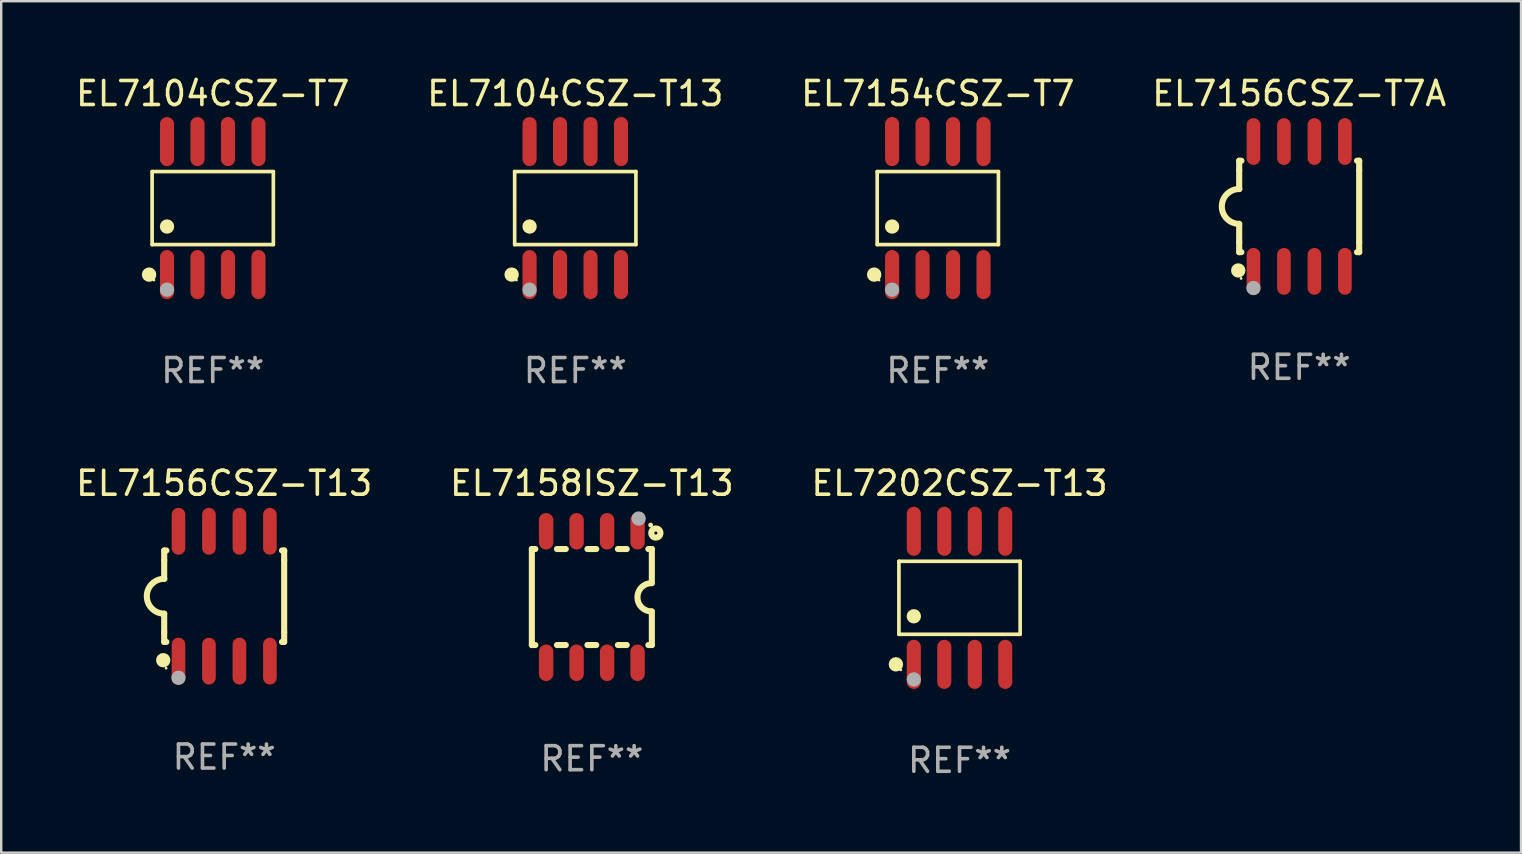
<source format=kicad_pcb>
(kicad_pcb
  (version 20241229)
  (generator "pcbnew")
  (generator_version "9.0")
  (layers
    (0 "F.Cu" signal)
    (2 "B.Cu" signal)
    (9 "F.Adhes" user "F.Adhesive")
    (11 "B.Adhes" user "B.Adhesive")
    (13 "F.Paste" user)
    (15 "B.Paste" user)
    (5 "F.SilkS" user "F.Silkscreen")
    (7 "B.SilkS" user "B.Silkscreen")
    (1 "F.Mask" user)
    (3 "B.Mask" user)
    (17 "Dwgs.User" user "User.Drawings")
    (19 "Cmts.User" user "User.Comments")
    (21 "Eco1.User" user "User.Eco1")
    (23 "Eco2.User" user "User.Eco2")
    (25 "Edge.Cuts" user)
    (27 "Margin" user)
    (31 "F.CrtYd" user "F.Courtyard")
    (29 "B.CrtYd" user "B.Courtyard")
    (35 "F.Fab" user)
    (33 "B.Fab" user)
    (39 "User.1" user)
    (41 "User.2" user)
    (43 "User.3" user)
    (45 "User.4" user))
  (footprint "EL7202CSZ-T13"
    (layer "F.Cu")
    (at 36.935 21.862)
    (property "Reference" "EL7202CSZ-T13" (at 0 -4.772 0) (layer "F.SilkS") (effects (font (size 1 1) (thickness 0.15))))
    (attr through_hole)
    (fp_line (start -2.526 -1.521) (end 2.526 -1.521) (stroke (width 0.152) (type solid)) (layer "F.SilkS"))
    (fp_line (start -2.526 1.521) (end -2.526 -1.521) (stroke (width 0.152) (type solid)) (layer "F.SilkS"))
    (fp_line (start 2.526 -1.521) (end 2.526 1.521) (stroke (width 0.152) (type solid)) (layer "F.SilkS"))
    (fp_line (start 2.526 1.521) (end -2.526 1.521) (stroke (width 0.152) (type solid)) (layer "F.SilkS"))
    (fp_circle (center -2.652 2.772) (end -2.501 2.772) (stroke (width 0.3) (type solid)) (fill no) (layer "F.SilkS"))
    (fp_circle (center -2.45 3) (end -2.42 3) (stroke (width 0.06) (type solid)) (fill no) (layer "F.SilkS"))
    (fp_circle (center -1.905 0.769) (end -1.755 0.769) (stroke (width 0.3) (type solid)) (fill no) (layer "F.SilkS"))
    (fp_circle (center -1.905 3.4) (end -1.755 3.4) (stroke (width 0.3) (type solid)) (fill no) (layer "F.Fab"))
    (fp_text user "REF**" (at 0 6.772 0) (layer "F.Fab") (effects (font (size 1 1) (thickness 0.15))))
    (pad "1" smd oval (at -1.905 2.772) (size 0.588 2.045) (layers "F.Cu" "F.Mask" "F.Paste"))
    (pad "2" smd oval (at -0.635 2.772) (size 0.588 2.045) (layers "F.Cu" "F.Mask" "F.Paste"))
    (pad "3" smd oval (at 0.635 2.772) (size 0.588 2.045) (layers "F.Cu" "F.Mask" "F.Paste"))
    (pad "4" smd oval (at 1.905 2.772) (size 0.588 2.045) (layers "F.Cu" "F.Mask" "F.Paste"))
    (pad "5" smd oval (at 1.905 -2.772) (size 0.588 2.045) (layers "F.Cu" "F.Mask" "F.Paste"))
    (pad "6" smd oval (at 0.635 -2.772) (size 0.588 2.045) (layers "F.Cu" "F.Mask" "F.Paste"))
    (pad "7" smd oval (at -0.635 -2.772) (size 0.588 2.045) (layers "F.Cu" "F.Mask" "F.Paste"))
    (pad "8" smd oval (at -1.905 -2.772) (size 0.588 2.045) (layers "F.Cu" "F.Mask" "F.Paste")))
  (footprint "EL7156CSZ-T13"
    (layer "F.Cu")
    (at 6.292 21.795)
    (property "Reference" "EL7156CSZ-T13" (at 0 -4.705 0) (layer "F.SilkS") (effects (font (size 1 1) (thickness 0.15))))
    (attr through_hole)
    (fp_line (start -2.5 -1.905) (end -2.409 -1.905) (stroke (width 0.254) (type solid)) (layer "F.SilkS"))
    (fp_line (start -2.5 -1.5) (end -2.5 -1.905) (stroke (width 0.254) (type solid)) (layer "F.SilkS"))
    (fp_line (start -2.5 -1.5) (end -2.5 -0.726) (stroke (width 0.254) (type solid)) (layer "F.SilkS"))
    (fp_line (start -2.5 1.5) (end -2.5 0.727) (stroke (width 0.254) (type solid)) (layer "F.SilkS"))
    (fp_line (start -2.5 1.5) (end -2.5 1.905) (stroke (width 0.254) (type solid)) (layer "F.SilkS"))
    (fp_line (start -2.5 1.905) (end -2.409 1.905) (stroke (width 0.254) (type solid)) (layer "F.SilkS"))
    (fp_line (start 2.5 -1.905) (end 2.409 -1.905) (stroke (width 0.254) (type solid)) (layer "F.SilkS"))
    (fp_line (start 2.5 -1.5) (end 2.5 -1.905) (stroke (width 0.254) (type solid)) (layer "F.SilkS"))
    (fp_line (start 2.5 -1.5) (end 2.5 1.5) (stroke (width 0.254) (type solid)) (layer "F.SilkS"))
    (fp_line (start 2.5 1.5) (end 2.5 1.905) (stroke (width 0.254) (type solid)) (layer "F.SilkS"))
    (fp_line (start 2.5 1.905) (end 2.409 1.905) (stroke (width 0.254) (type solid)) (layer "F.SilkS"))
    (fp_arc (start -2.5 0.726568) (mid -3.220316 -0.0023) (end -2.495097 -0.726289) (stroke (width 0.254001) (type solid)) (layer "F.SilkS"))
    (fp_circle (center -2.54 2.667) (end -2.39 2.667) (stroke (width 0.3) (type solid)) (fill no) (layer "F.SilkS"))
    (fp_circle (center -2.42 3) (end -2.39 3) (stroke (width 0.06) (type solid)) (fill no) (layer "F.SilkS"))
    (fp_circle (center -1.905 3.4) (end -1.755 3.4) (stroke (width 0.3) (type solid)) (fill no) (layer "F.Fab"))
    (fp_text user "REF**" (at 0 6.705 0) (layer "F.Fab") (effects (font (size 1 1) (thickness 0.15))))
    (pad "1" smd oval (at -1.905 2.705) (size 0.568 1.95) (layers "F.Cu" "F.Mask" "F.Paste"))
    (pad "2" smd oval (at -0.635 2.705) (size 0.568 1.95) (layers "F.Cu" "F.Mask" "F.Paste"))
    (pad "3" smd oval (at 0.635 2.705) (size 0.568 1.95) (layers "F.Cu" "F.Mask" "F.Paste"))
    (pad "4" smd oval (at 1.905 2.705) (size 0.568 1.95) (layers "F.Cu" "F.Mask" "F.Paste"))
    (pad "5" smd oval (at 1.905 -2.705) (size 0.568 1.95) (layers "F.Cu" "F.Mask" "F.Paste"))
    (pad "6" smd oval (at 0.635 -2.705) (size 0.568 1.95) (layers "F.Cu" "F.Mask" "F.Paste"))
    (pad "7" smd oval (at -0.635 -2.705) (size 0.568 1.95) (layers "F.Cu" "F.Mask" "F.Paste"))
    (pad "8" smd oval (at -1.905 -2.705) (size 0.568 1.95) (layers "F.Cu" "F.Mask" "F.Paste")))
  (footprint "EL7104CSZ-T7"
    (layer "F.Cu")
    (at 5.815 5.621)
    (property "Reference" "EL7104CSZ-T7" (at 0 -4.772 0) (layer "F.SilkS") (effects (font (size 1 1) (thickness 0.15))))
    (attr through_hole)
    (fp_line (start -2.526 -1.521) (end 2.526 -1.521) (stroke (width 0.152) (type solid)) (layer "F.SilkS"))
    (fp_line (start -2.526 1.521) (end -2.526 -1.521) (stroke (width 0.152) (type solid)) (layer "F.SilkS"))
    (fp_line (start 2.526 -1.521) (end 2.526 1.521) (stroke (width 0.152) (type solid)) (layer "F.SilkS"))
    (fp_line (start 2.526 1.521) (end -2.526 1.521) (stroke (width 0.152) (type solid)) (layer "F.SilkS"))
    (fp_circle (center -2.652 2.772) (end -2.501 2.772) (stroke (width 0.3) (type solid)) (fill no) (layer "F.SilkS"))
    (fp_circle (center -2.45 3) (end -2.42 3) (stroke (width 0.06) (type solid)) (fill no) (layer "F.SilkS"))
    (fp_circle (center -1.905 0.769) (end -1.755 0.769) (stroke (width 0.3) (type solid)) (fill no) (layer "F.SilkS"))
    (fp_circle (center -1.905 3.4) (end -1.755 3.4) (stroke (width 0.3) (type solid)) (fill no) (layer "F.Fab"))
    (fp_text user "REF**" (at 0 6.772 0) (layer "F.Fab") (effects (font (size 1 1) (thickness 0.15))))
    (pad "1" smd oval (at -1.905 2.772) (size 0.588 2.045) (layers "F.Cu" "F.Mask" "F.Paste"))
    (pad "2" smd oval (at -0.635 2.772) (size 0.588 2.045) (layers "F.Cu" "F.Mask" "F.Paste"))
    (pad "3" smd oval (at 0.635 2.772) (size 0.588 2.045) (layers "F.Cu" "F.Mask" "F.Paste"))
    (pad "4" smd oval (at 1.905 2.772) (size 0.588 2.045) (layers "F.Cu" "F.Mask" "F.Paste"))
    (pad "5" smd oval (at 1.905 -2.772) (size 0.588 2.045) (layers "F.Cu" "F.Mask" "F.Paste"))
    (pad "6" smd oval (at 0.635 -2.772) (size 0.588 2.045) (layers "F.Cu" "F.Mask" "F.Paste"))
    (pad "7" smd oval (at -0.635 -2.772) (size 0.588 2.045) (layers "F.Cu" "F.Mask" "F.Paste"))
    (pad "8" smd oval (at -1.905 -2.772) (size 0.588 2.045) (layers "F.Cu" "F.Mask" "F.Paste")))
  (footprint "EL7156CSZ-T7A"
    (layer "F.Cu")
    (at 51.089 5.553)
    (property "Reference" "EL7156CSZ-T7A" (at 0 -4.705 0) (layer "F.SilkS") (effects (font (size 1 1) (thickness 0.15))))
    (attr through_hole)
    (fp_line (start -2.5 -1.905) (end -2.409 -1.905) (stroke (width 0.254) (type solid)) (layer "F.SilkS"))
    (fp_line (start -2.5 -1.5) (end -2.5 -1.905) (stroke (width 0.254) (type solid)) (layer "F.SilkS"))
    (fp_line (start -2.5 -1.5) (end -2.5 -0.726) (stroke (width 0.254) (type solid)) (layer "F.SilkS"))
    (fp_line (start -2.5 1.5) (end -2.5 0.727) (stroke (width 0.254) (type solid)) (layer "F.SilkS"))
    (fp_line (start -2.5 1.5) (end -2.5 1.905) (stroke (width 0.254) (type solid)) (layer "F.SilkS"))
    (fp_line (start -2.5 1.905) (end -2.409 1.905) (stroke (width 0.254) (type solid)) (layer "F.SilkS"))
    (fp_line (start 2.5 -1.905) (end 2.409 -1.905) (stroke (width 0.254) (type solid)) (layer "F.SilkS"))
    (fp_line (start 2.5 -1.5) (end 2.5 -1.905) (stroke (width 0.254) (type solid)) (layer "F.SilkS"))
    (fp_line (start 2.5 -1.5) (end 2.5 1.5) (stroke (width 0.254) (type solid)) (layer "F.SilkS"))
    (fp_line (start 2.5 1.5) (end 2.5 1.905) (stroke (width 0.254) (type solid)) (layer "F.SilkS"))
    (fp_line (start 2.5 1.905) (end 2.409 1.905) (stroke (width 0.254) (type solid)) (layer "F.SilkS"))
    (fp_arc (start -2.5 0.726568) (mid -3.220316 -0.0023) (end -2.495097 -0.726289) (stroke (width 0.254001) (type solid)) (layer "F.SilkS"))
    (fp_circle (center -2.54 2.667) (end -2.39 2.667) (stroke (width 0.3) (type solid)) (fill no) (layer "F.SilkS"))
    (fp_circle (center -2.42 3) (end -2.39 3) (stroke (width 0.06) (type solid)) (fill no) (layer "F.SilkS"))
    (fp_circle (center -1.905 3.4) (end -1.755 3.4) (stroke (width 0.3) (type solid)) (fill no) (layer "F.Fab"))
    (fp_text user "REF**" (at 0 6.705 0) (layer "F.Fab") (effects (font (size 1 1) (thickness 0.15))))
    (pad "1" smd oval (at -1.905 2.705) (size 0.568 1.95) (layers "F.Cu" "F.Mask" "F.Paste"))
    (pad "2" smd oval (at -0.635 2.705) (size 0.568 1.95) (layers "F.Cu" "F.Mask" "F.Paste"))
    (pad "3" smd oval (at 0.635 2.705) (size 0.568 1.95) (layers "F.Cu" "F.Mask" "F.Paste"))
    (pad "4" smd oval (at 1.905 2.705) (size 0.568 1.95) (layers "F.Cu" "F.Mask" "F.Paste"))
    (pad "5" smd oval (at 1.905 -2.705) (size 0.568 1.95) (layers "F.Cu" "F.Mask" "F.Paste"))
    (pad "6" smd oval (at 0.635 -2.705) (size 0.568 1.95) (layers "F.Cu" "F.Mask" "F.Paste"))
    (pad "7" smd oval (at -0.635 -2.705) (size 0.568 1.95) (layers "F.Cu" "F.Mask" "F.Paste"))
    (pad "8" smd oval (at -1.905 -2.705) (size 0.568 1.95) (layers "F.Cu" "F.Mask" "F.Paste")))
  (footprint "EL7158ISZ-T13"
    (layer "F.Cu")
    (at 21.613 21.829)
    (property "Reference" "EL7158ISZ-T13" (at 0 -4.74 0) (layer "F.SilkS") (effects (font (size 1 1) (thickness 0.15))))
    (attr through_hole)
    (fp_line (start -2.5 2) (end -2.5 -2) (stroke (width 0.254) (type solid)) (layer "F.SilkS"))
    (fp_line (start -2.356 -2) (end -2.5 -2) (stroke (width 0.254) (type solid)) (layer "F.SilkS"))
    (fp_line (start -2.356 2) (end -2.5 2) (stroke (width 0.254) (type solid)) (layer "F.SilkS"))
    (fp_line (start -1.086 -2) (end -1.454 -2) (stroke (width 0.254) (type solid)) (layer "F.SilkS"))
    (fp_line (start -1.086 2) (end -1.454 2) (stroke (width 0.254) (type solid)) (layer "F.SilkS"))
    (fp_line (start 0.184 -2) (end -0.184 -2) (stroke (width 0.254) (type solid)) (layer "F.SilkS"))
    (fp_line (start 0.184 2) (end -0.184 2) (stroke (width 0.254) (type solid)) (layer "F.SilkS"))
    (fp_line (start 1.454 -2) (end 1.086 -2) (stroke (width 0.254) (type solid)) (layer "F.SilkS"))
    (fp_line (start 1.454 2) (end 1.086 2) (stroke (width 0.254) (type solid)) (layer "F.SilkS"))
    (fp_line (start 2.5 -2) (end 2.356 -2) (stroke (width 0.254) (type solid)) (layer "F.SilkS"))
    (fp_line (start 2.5 -0.58) (end 2.5 -2) (stroke (width 0.254) (type solid)) (layer "F.SilkS"))
    (fp_line (start 2.5 2) (end 2.356 2) (stroke (width 0.254) (type solid)) (layer "F.SilkS"))
    (fp_line (start 2.5 2) (end 2.5 0.6) (stroke (width 0.254) (type solid)) (layer "F.SilkS"))
    (fp_arc (start 2.489992 0.600051) (mid 1.901674 0.010046) (end 2.489992 -0.579959) (stroke (width 0.254001) (type solid)) (layer "F.SilkS"))
    (fp_circle (center 2.45 -3) (end 2.5 -3) (stroke (width 0.1) (type solid)) (fill no) (layer "F.SilkS"))
    (fp_circle (center 2.667 -2.667) (end 2.858 -2.667) (stroke (width 0.254) (type solid)) (fill no) (layer "F.SilkS"))
    (fp_circle (center 1.95 -3.27) (end 2.1 -3.27) (stroke (width 0.3) (type solid)) (fill no) (layer "F.Fab"))
    (fp_text user "REF**" (at 0 6.74 0) (layer "F.Fab") (effects (font (size 1 1) (thickness 0.15))))
    (pad "1" smd oval (at 1.905 -2.74) (size 0.6 1.52) (layers "F.Cu" "F.Mask" "F.Paste"))
    (pad "2" smd oval (at 0.635 -2.74) (size 0.6 1.52) (layers "F.Cu" "F.Mask" "F.Paste"))
    (pad "3" smd oval (at -0.635 -2.74) (size 0.6 1.52) (layers "F.Cu" "F.Mask" "F.Paste"))
    (pad "4" smd oval (at -1.905 -2.74) (size 0.6 1.52) (layers "F.Cu" "F.Mask" "F.Paste"))
    (pad "5" smd oval (at -1.905 2.74) (size 0.6 1.52) (layers "F.Cu" "F.Mask" "F.Paste"))
    (pad "6" smd oval (at -0.635 2.74) (size 0.6 1.52) (layers "F.Cu" "F.Mask" "F.Paste"))
    (pad "7" smd oval (at 0.635 2.74) (size 0.6 1.52) (layers "F.Cu" "F.Mask" "F.Paste"))
    (pad "8" smd oval (at 1.905 2.74) (size 0.6 1.52) (layers "F.Cu" "F.Mask" "F.Paste")))
  (footprint "EL7154CSZ-T7"
    (layer "F.Cu")
    (at 36.03 5.621)
    (property "Reference" "EL7154CSZ-T7" (at 0 -4.772 0) (layer "F.SilkS") (effects (font (size 1 1) (thickness 0.15))))
    (attr through_hole)
    (fp_line (start -2.526 -1.521) (end 2.526 -1.521) (stroke (width 0.152) (type solid)) (layer "F.SilkS"))
    (fp_line (start -2.526 1.521) (end -2.526 -1.521) (stroke (width 0.152) (type solid)) (layer "F.SilkS"))
    (fp_line (start 2.526 -1.521) (end 2.526 1.521) (stroke (width 0.152) (type solid)) (layer "F.SilkS"))
    (fp_line (start 2.526 1.521) (end -2.526 1.521) (stroke (width 0.152) (type solid)) (layer "F.SilkS"))
    (fp_circle (center -2.652 2.772) (end -2.501 2.772) (stroke (width 0.3) (type solid)) (fill no) (layer "F.SilkS"))
    (fp_circle (center -2.45 3) (end -2.42 3) (stroke (width 0.06) (type solid)) (fill no) (layer "F.SilkS"))
    (fp_circle (center -1.905 0.769) (end -1.755 0.769) (stroke (width 0.3) (type solid)) (fill no) (layer "F.SilkS"))
    (fp_circle (center -1.905 3.4) (end -1.755 3.4) (stroke (width 0.3) (type solid)) (fill no) (layer "F.Fab"))
    (fp_text user "REF**" (at 0 6.772 0) (layer "F.Fab") (effects (font (size 1 1) (thickness 0.15))))
    (pad "1" smd oval (at -1.905 2.772) (size 0.588 2.045) (layers "F.Cu" "F.Mask" "F.Paste"))
    (pad "2" smd oval (at -0.635 2.772) (size 0.588 2.045) (layers "F.Cu" "F.Mask" "F.Paste"))
    (pad "3" smd oval (at 0.635 2.772) (size 0.588 2.045) (layers "F.Cu" "F.Mask" "F.Paste"))
    (pad "4" smd oval (at 1.905 2.772) (size 0.588 2.045) (layers "F.Cu" "F.Mask" "F.Paste"))
    (pad "5" smd oval (at 1.905 -2.772) (size 0.588 2.045) (layers "F.Cu" "F.Mask" "F.Paste"))
    (pad "6" smd oval (at 0.635 -2.772) (size 0.588 2.045) (layers "F.Cu" "F.Mask" "F.Paste"))
    (pad "7" smd oval (at -0.635 -2.772) (size 0.588 2.045) (layers "F.Cu" "F.Mask" "F.Paste"))
    (pad "8" smd oval (at -1.905 -2.772) (size 0.588 2.045) (layers "F.Cu" "F.Mask" "F.Paste")))
  (footprint "EL7104CSZ-T13"
    (layer "F.Cu")
    (at 20.923 5.621)
    (property "Reference" "EL7104CSZ-T13" (at 0 -4.772 0) (layer "F.SilkS") (effects (font (size 1 1) (thickness 0.15))))
    (attr through_hole)
    (fp_line (start -2.526 -1.521) (end 2.526 -1.521) (stroke (width 0.152) (type solid)) (layer "F.SilkS"))
    (fp_line (start -2.526 1.521) (end -2.526 -1.521) (stroke (width 0.152) (type solid)) (layer "F.SilkS"))
    (fp_line (start 2.526 -1.521) (end 2.526 1.521) (stroke (width 0.152) (type solid)) (layer "F.SilkS"))
    (fp_line (start 2.526 1.521) (end -2.526 1.521) (stroke (width 0.152) (type solid)) (layer "F.SilkS"))
    (fp_circle (center -2.652 2.772) (end -2.501 2.772) (stroke (width 0.3) (type solid)) (fill no) (layer "F.SilkS"))
    (fp_circle (center -2.45 3) (end -2.42 3) (stroke (width 0.06) (type solid)) (fill no) (layer "F.SilkS"))
    (fp_circle (center -1.905 0.769) (end -1.755 0.769) (stroke (width 0.3) (type solid)) (fill no) (layer "F.SilkS"))
    (fp_circle (center -1.905 3.4) (end -1.755 3.4) (stroke (width 0.3) (type solid)) (fill no) (layer "F.Fab"))
    (fp_text user "REF**" (at 0 6.772 0) (layer "F.Fab") (effects (font (size 1 1) (thickness 0.15))))
    (pad "1" smd oval (at -1.905 2.772) (size 0.588 2.045) (layers "F.Cu" "F.Mask" "F.Paste"))
    (pad "2" smd oval (at -0.635 2.772) (size 0.588 2.045) (layers "F.Cu" "F.Mask" "F.Paste"))
    (pad "3" smd oval (at 0.635 2.772) (size 0.588 2.045) (layers "F.Cu" "F.Mask" "F.Paste"))
    (pad "4" smd oval (at 1.905 2.772) (size 0.588 2.045) (layers "F.Cu" "F.Mask" "F.Paste"))
    (pad "5" smd oval (at 1.905 -2.772) (size 0.588 2.045) (layers "F.Cu" "F.Mask" "F.Paste"))
    (pad "6" smd oval (at 0.635 -2.772) (size 0.588 2.045) (layers "F.Cu" "F.Mask" "F.Paste"))
    (pad "7" smd oval (at -0.635 -2.772) (size 0.588 2.045) (layers "F.Cu" "F.Mask" "F.Paste"))
    (pad "8" smd oval (at -1.905 -2.772) (size 0.588 2.045) (layers "F.Cu" "F.Mask" "F.Paste")))
  (gr_rect
    (start -3 -3)
    (end 60.333 32.483)
    (stroke (width 0.1) (type default))
    (fill no)
    (layer "Edge.Cuts")))
</source>
